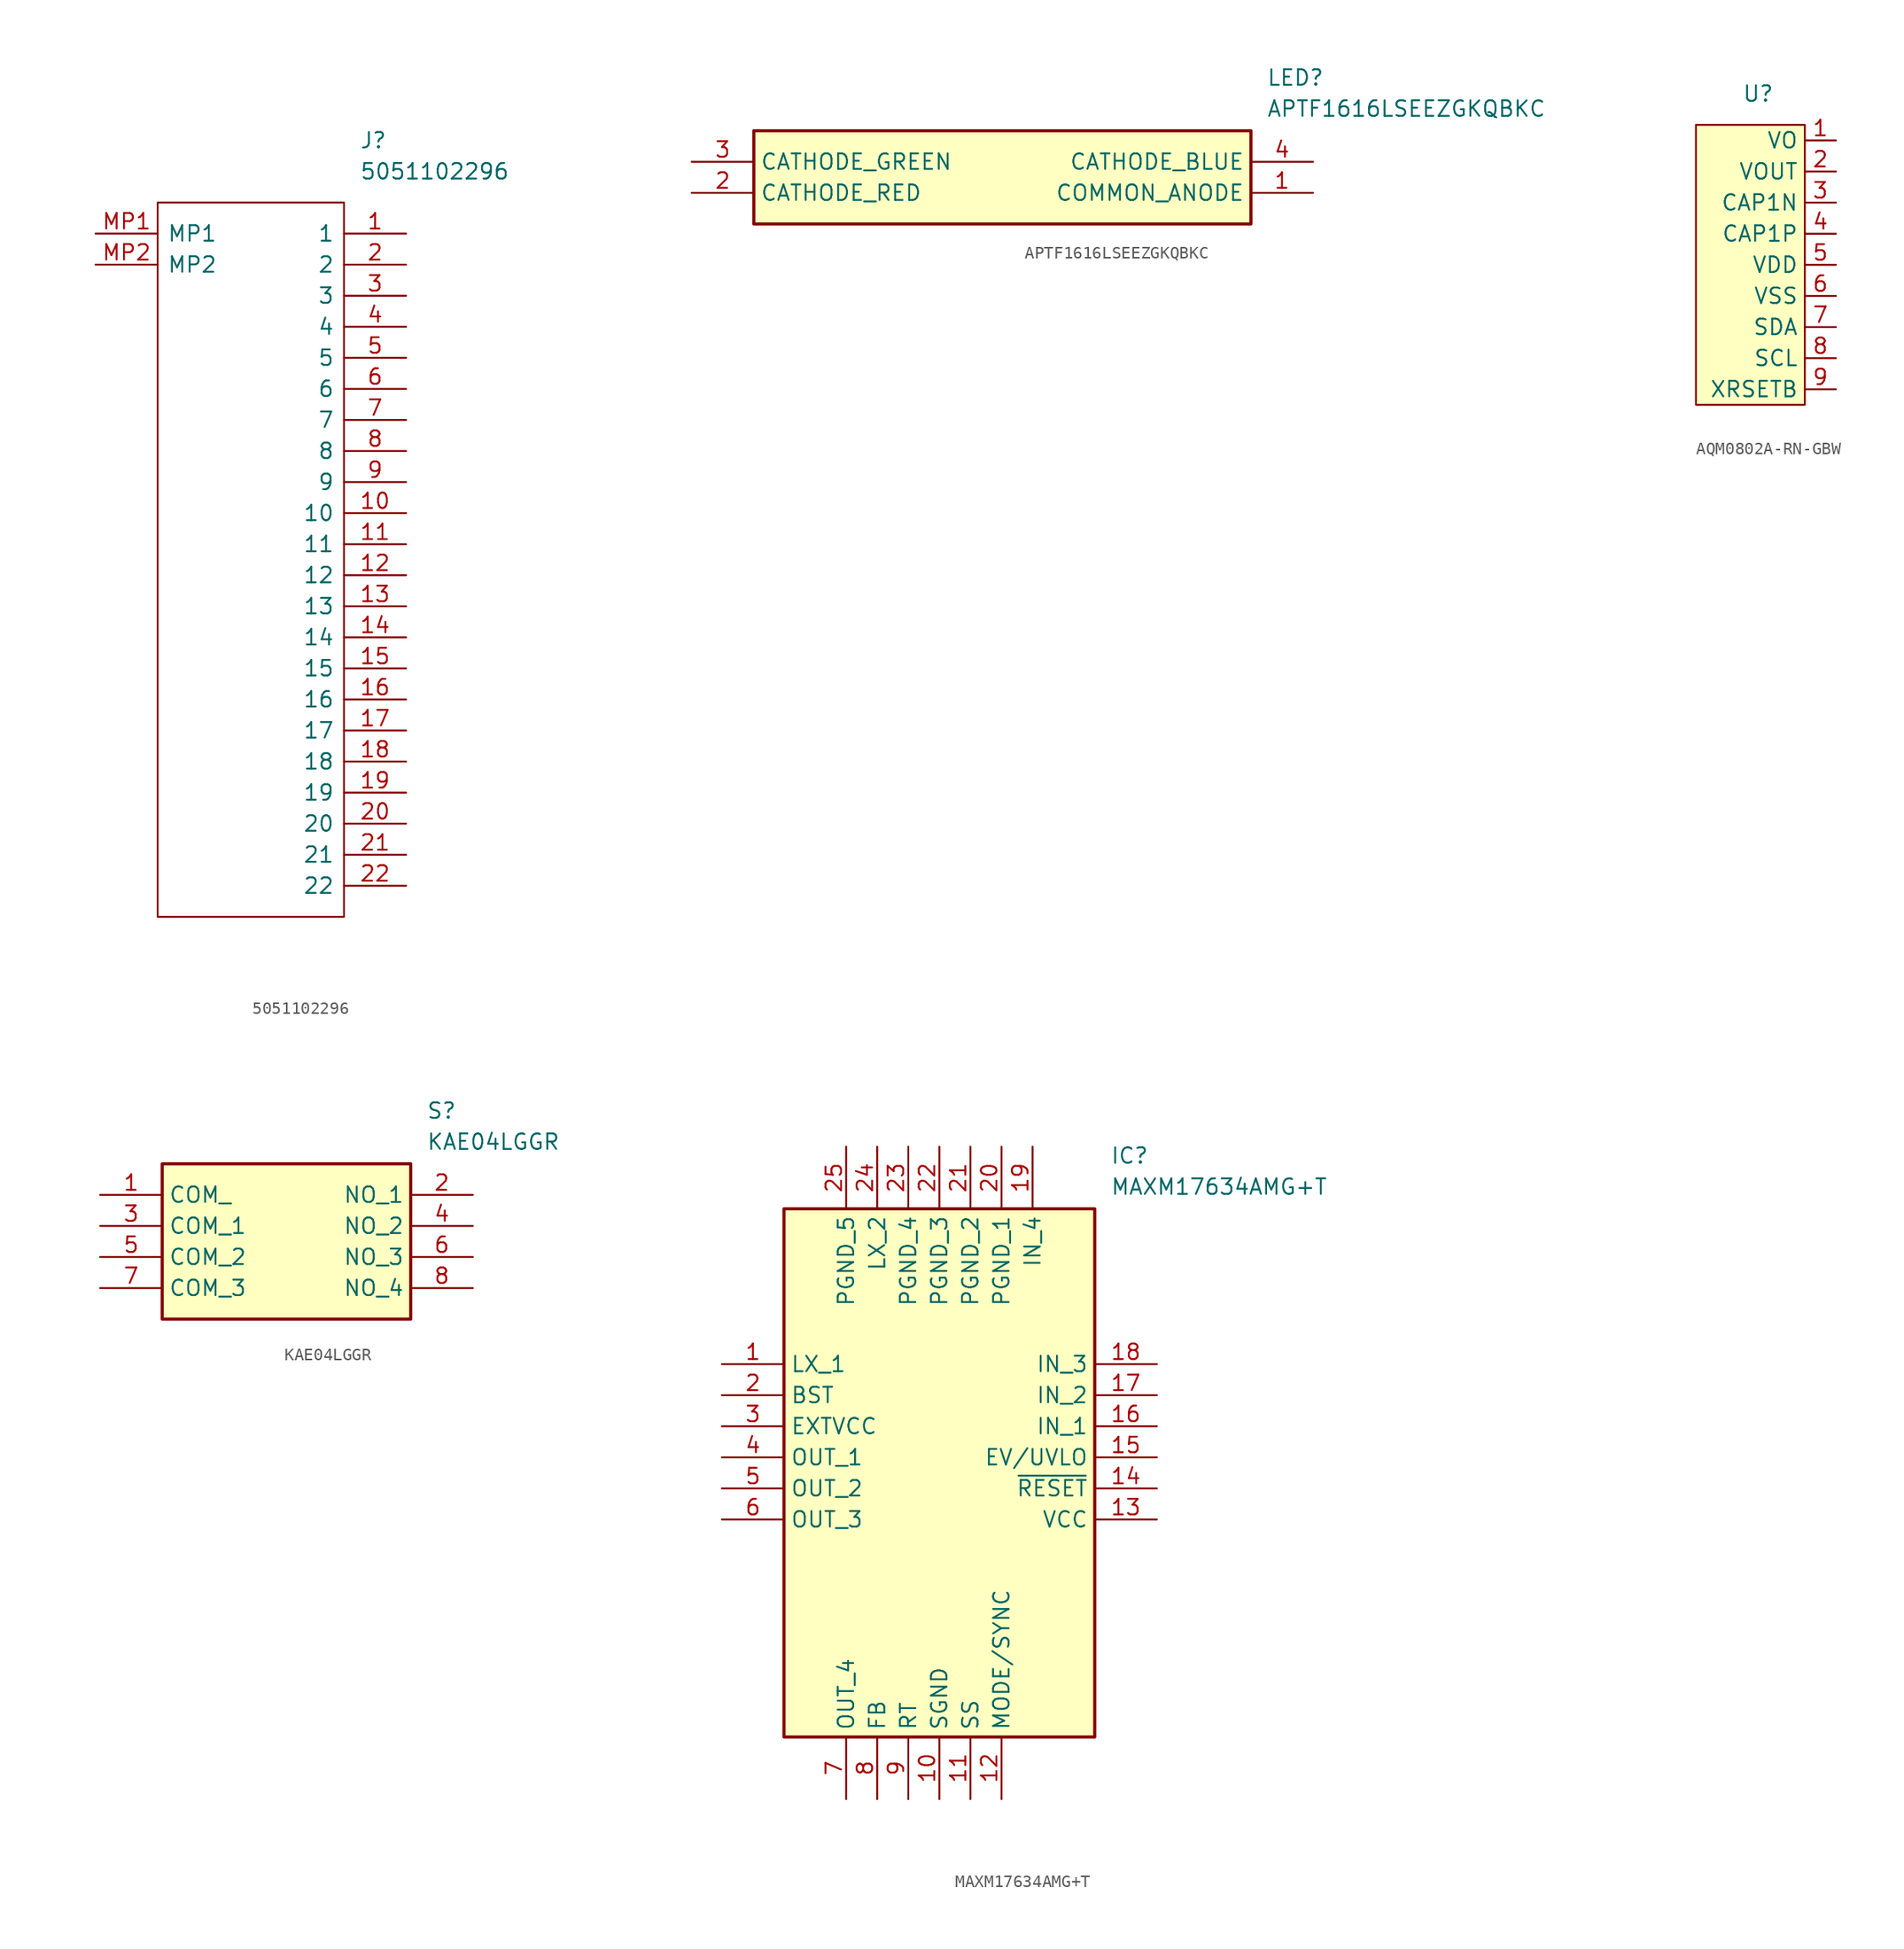
<source format=kicad_sym>
(kicad_symbol_lib
  (version 20220914)
  (generator kicad_symbol_editor)
  (symbol "5051102296"
    (pin_names
      (offset 0.762))
    (property "Reference" "J"
      (at 21.59 7.62 0)
      (effects (font (size 1.27 1.27)) (justify left)))
    (property "Value" "5051102296"
      (at 21.59 5.08 0)
      (effects (font (size 1.27 1.27)) (justify left)))
    (symbol "5051102296_0_0"
      (pin passive line (at 25.4 0 180) (length 5.08) (name "1" (effects (font (size 1.27 1.27)))) (number "1" (effects (font (size 1.27 1.27)))))
      (pin passive line (at 25.4 -22.86 180) (length 5.08) (name "10" (effects (font (size 1.27 1.27)))) (number "10" (effects (font (size 1.27 1.27)))))
      (pin passive line (at 25.4 -25.4 180) (length 5.08) (name "11" (effects (font (size 1.27 1.27)))) (number "11" (effects (font (size 1.27 1.27)))))
      (pin passive line (at 25.4 -27.94 180) (length 5.08) (name "12" (effects (font (size 1.27 1.27)))) (number "12" (effects (font (size 1.27 1.27)))))
      (pin passive line (at 25.4 -30.48 180) (length 5.08) (name "13" (effects (font (size 1.27 1.27)))) (number "13" (effects (font (size 1.27 1.27)))))
      (pin passive line (at 25.4 -33.02 180) (length 5.08) (name "14" (effects (font (size 1.27 1.27)))) (number "14" (effects (font (size 1.27 1.27)))))
      (pin passive line (at 25.4 -35.56 180) (length 5.08) (name "15" (effects (font (size 1.27 1.27)))) (number "15" (effects (font (size 1.27 1.27)))))
      (pin passive line (at 25.4 -38.1 180) (length 5.08) (name "16" (effects (font (size 1.27 1.27)))) (number "16" (effects (font (size 1.27 1.27)))))
      (pin passive line (at 25.4 -40.64 180) (length 5.08) (name "17" (effects (font (size 1.27 1.27)))) (number "17" (effects (font (size 1.27 1.27)))))
      (pin passive line (at 25.4 -43.18 180) (length 5.08) (name "18" (effects (font (size 1.27 1.27)))) (number "18" (effects (font (size 1.27 1.27)))))
      (pin passive line (at 25.4 -45.72 180) (length 5.08) (name "19" (effects (font (size 1.27 1.27)))) (number "19" (effects (font (size 1.27 1.27)))))
      (pin passive line (at 25.4 -2.54 180) (length 5.08) (name "2" (effects (font (size 1.27 1.27)))) (number "2" (effects (font (size 1.27 1.27)))))
      (pin passive line (at 25.4 -48.26 180) (length 5.08) (name "20" (effects (font (size 1.27 1.27)))) (number "20" (effects (font (size 1.27 1.27)))))
      (pin passive line (at 25.4 -50.8 180) (length 5.08) (name "21" (effects (font (size 1.27 1.27)))) (number "21" (effects (font (size 1.27 1.27)))))
      (pin passive line (at 25.4 -53.34 180) (length 5.08) (name "22" (effects (font (size 1.27 1.27)))) (number "22" (effects (font (size 1.27 1.27)))))
      (pin passive line (at 25.4 -5.08 180) (length 5.08) (name "3" (effects (font (size 1.27 1.27)))) (number "3" (effects (font (size 1.27 1.27)))))
      (pin passive line (at 25.4 -7.62 180) (length 5.08) (name "4" (effects (font (size 1.27 1.27)))) (number "4" (effects (font (size 1.27 1.27)))))
      (pin passive line (at 25.4 -10.16 180) (length 5.08) (name "5" (effects (font (size 1.27 1.27)))) (number "5" (effects (font (size 1.27 1.27)))))
      (pin passive line (at 25.4 -12.7 180) (length 5.08) (name "6" (effects (font (size 1.27 1.27)))) (number "6" (effects (font (size 1.27 1.27)))))
      (pin passive line (at 25.4 -15.24 180) (length 5.08) (name "7" (effects (font (size 1.27 1.27)))) (number "7" (effects (font (size 1.27 1.27)))))
      (pin passive line (at 25.4 -17.78 180) (length 5.08) (name "8" (effects (font (size 1.27 1.27)))) (number "8" (effects (font (size 1.27 1.27)))))
      (pin passive line (at 25.4 -20.32 180) (length 5.08) (name "9" (effects (font (size 1.27 1.27)))) (number "9" (effects (font (size 1.27 1.27)))))
      (pin passive line (at 0 0 0) (length 5.08) (name "MP1" (effects (font (size 1.27 1.27)))) (number "MP1" (effects (font (size 1.27 1.27)))))
      (pin passive line (at 0 -2.54 0) (length 5.08) (name "MP2" (effects (font (size 1.27 1.27)))) (number "MP2" (effects (font (size 1.27 1.27))))))
    (symbol "5051102296_0_1"
      (polyline (pts (xy 5.08 2.54) (xy 20.32 2.54) (xy 20.32 -55.88) (xy 5.08 -55.88) (xy 5.08 2.54)) (stroke (width 0.152) (type solid)) (fill (type none)))))
  (symbol "APTF1616LSEEZGKQBKC"
    (property "Reference" "LED"
      (at 46.99 7.62 0)
      (effects (font (size 1.27 1.27)) (justify left top)))
    (property "Value" "APTF1616LSEEZGKQBKC"
      (at 46.99 5.08 0)
      (effects (font (size 1.27 1.27)) (justify left top)))
    (symbol "APTF1616LSEEZGKQBKC_1_1"
      (rectangle (start 5.08 2.54) (end 45.72 -5.08) (stroke (width 0.254) (type default)) (fill (type background)))
      (pin passive line (at 50.8 -2.54 180) (length 5.08) (name "COMMON_ANODE" (effects (font (size 1.27 1.27)))) (number "1" (effects (font (size 1.27 1.27)))))
      (pin passive line (at 0 -2.54 0) (length 5.08) (name "CATHODE_RED" (effects (font (size 1.27 1.27)))) (number "2" (effects (font (size 1.27 1.27)))))
      (pin passive line (at 0 0 0) (length 5.08) (name "CATHODE_GREEN" (effects (font (size 1.27 1.27)))) (number "3" (effects (font (size 1.27 1.27)))))
      (pin passive line (at 50.8 0 180) (length 5.08) (name "CATHODE_BLUE" (effects (font (size 1.27 1.27)))) (number "4" (effects (font (size 1.27 1.27)))))))
  (symbol "AQM0802A-RN-GBW"
    (property "Reference" "U"
      (at 0 0 0)
      (effects (font (size 1.27 1.27))))
    (property "Value" ""
      (at 0 0 0)
      (effects (font (size 1.27 1.27))))
    (symbol "AQM0802A-RN-GBW_1_1"
      (rectangle (start -5.08 -2.54) (end 3.81 -25.4) (stroke (width 0) (type default)) (fill (type background)))
      (pin input line (at 6.35 -3.81 180) (length 2.54) (name "VO" (effects (font (size 1.27 1.27)))) (number "1" (effects (font (size 1.27 1.27)))))
      (pin input line (at 6.35 -6.35 180) (length 2.54) (name "VOUT" (effects (font (size 1.27 1.27)))) (number "2" (effects (font (size 1.27 1.27)))))
      (pin input line (at 6.35 -8.89 180) (length 2.54) (name "CAP1N" (effects (font (size 1.27 1.27)))) (number "3" (effects (font (size 1.27 1.27)))))
      (pin input line (at 6.35 -11.43 180) (length 2.54) (name "CAP1P" (effects (font (size 1.27 1.27)))) (number "4" (effects (font (size 1.27 1.27)))))
      (pin input line (at 6.35 -13.97 180) (length 2.54) (name "VDD" (effects (font (size 1.27 1.27)))) (number "5" (effects (font (size 1.27 1.27)))))
      (pin input line (at 6.35 -16.51 180) (length 2.54) (name "VSS" (effects (font (size 1.27 1.27)))) (number "6" (effects (font (size 1.27 1.27)))))
      (pin input line (at 6.35 -19.05 180) (length 2.54) (name "SDA" (effects (font (size 1.27 1.27)))) (number "7" (effects (font (size 1.27 1.27)))))
      (pin input line (at 6.35 -21.59 180) (length 2.54) (name "SCL" (effects (font (size 1.27 1.27)))) (number "8" (effects (font (size 1.27 1.27)))))
      (pin input line (at 6.35 -24.13 180) (length 2.54) (name "XRSETB" (effects (font (size 1.27 1.27)))) (number "9" (effects (font (size 1.27 1.27)))))))
  (symbol "KAE04LGGR"
    (property "Reference" "S"
      (at 26.67 7.62 0)
      (effects (font (size 1.27 1.27)) (justify left top)))
    (property "Value" "KAE04LGGR"
      (at 26.67 5.08 0)
      (effects (font (size 1.27 1.27)) (justify left top)))
    (symbol "KAE04LGGR_1_1"
      (rectangle (start 5.08 2.54) (end 25.4 -10.16) (stroke (width 0.254) (type default)) (fill (type background)))
      (pin passive line (at 0 0 0) (length 5.08) (name "COM_" (effects (font (size 1.27 1.27)))) (number "1" (effects (font (size 1.27 1.27)))))
      (pin passive line (at 30.48 0 180) (length 5.08) (name "NO_1" (effects (font (size 1.27 1.27)))) (number "2" (effects (font (size 1.27 1.27)))))
      (pin passive line (at 0 -2.54 0) (length 5.08) (name "COM_1" (effects (font (size 1.27 1.27)))) (number "3" (effects (font (size 1.27 1.27)))))
      (pin passive line (at 30.48 -2.54 180) (length 5.08) (name "NO_2" (effects (font (size 1.27 1.27)))) (number "4" (effects (font (size 1.27 1.27)))))
      (pin passive line (at 0 -5.08 0) (length 5.08) (name "COM_2" (effects (font (size 1.27 1.27)))) (number "5" (effects (font (size 1.27 1.27)))))
      (pin passive line (at 30.48 -5.08 180) (length 5.08) (name "NO_3" (effects (font (size 1.27 1.27)))) (number "6" (effects (font (size 1.27 1.27)))))
      (pin passive line (at 0 -7.62 0) (length 5.08) (name "COM_3" (effects (font (size 1.27 1.27)))) (number "7" (effects (font (size 1.27 1.27)))))
      (pin passive line (at 30.48 -7.62 180) (length 5.08) (name "NO_4" (effects (font (size 1.27 1.27)))) (number "8" (effects (font (size 1.27 1.27)))))))
  (symbol "MAXM17634AMG+T"
    (property "Reference" "IC"
      (at 31.75 17.78 0)
      (effects (font (size 1.27 1.27)) (justify left top)))
    (property "Value" "MAXM17634AMG+T"
      (at 31.75 15.24 0)
      (effects (font (size 1.27 1.27)) (justify left top)))
    (symbol "MAXM17634AMG+T_1_1"
      (rectangle (start 5.08 12.7) (end 30.48 -30.48) (stroke (width 0.254) (type default)) (fill (type background)))
      (pin passive line (at 0 0 0) (length 5.08) (name "LX_1" (effects (font (size 1.27 1.27)))) (number "1" (effects (font (size 1.27 1.27)))))
      (pin passive line (at 17.78 -35.56 90) (length 5.08) (name "SGND" (effects (font (size 1.27 1.27)))) (number "10" (effects (font (size 1.27 1.27)))))
      (pin passive line (at 20.32 -35.56 90) (length 5.08) (name "SS" (effects (font (size 1.27 1.27)))) (number "11" (effects (font (size 1.27 1.27)))))
      (pin passive line (at 22.86 -35.56 90) (length 5.08) (name "MODE/SYNC" (effects (font (size 1.27 1.27)))) (number "12" (effects (font (size 1.27 1.27)))))
      (pin passive line (at 35.56 -12.7 180) (length 5.08) (name "VCC" (effects (font (size 1.27 1.27)))) (number "13" (effects (font (size 1.27 1.27)))))
      (pin passive line (at 35.56 -10.16 180) (length 5.08) (name "~{RESET}" (effects (font (size 1.27 1.27)))) (number "14" (effects (font (size 1.27 1.27)))))
      (pin passive line (at 35.56 -7.62 180) (length 5.08) (name "EV/UVLO" (effects (font (size 1.27 1.27)))) (number "15" (effects (font (size 1.27 1.27)))))
      (pin passive line (at 35.56 -5.08 180) (length 5.08) (name "IN_1" (effects (font (size 1.27 1.27)))) (number "16" (effects (font (size 1.27 1.27)))))
      (pin passive line (at 35.56 -2.54 180) (length 5.08) (name "IN_2" (effects (font (size 1.27 1.27)))) (number "17" (effects (font (size 1.27 1.27)))))
      (pin passive line (at 35.56 0 180) (length 5.08) (name "IN_3" (effects (font (size 1.27 1.27)))) (number "18" (effects (font (size 1.27 1.27)))))
      (pin passive line (at 25.4 17.78 270) (length 5.08) (name "IN_4" (effects (font (size 1.27 1.27)))) (number "19" (effects (font (size 1.27 1.27)))))
      (pin passive line (at 0 -2.54 0) (length 5.08) (name "BST" (effects (font (size 1.27 1.27)))) (number "2" (effects (font (size 1.27 1.27)))))
      (pin passive line (at 22.86 17.78 270) (length 5.08) (name "PGND_1" (effects (font (size 1.27 1.27)))) (number "20" (effects (font (size 1.27 1.27)))))
      (pin passive line (at 20.32 17.78 270) (length 5.08) (name "PGND_2" (effects (font (size 1.27 1.27)))) (number "21" (effects (font (size 1.27 1.27)))))
      (pin passive line (at 17.78 17.78 270) (length 5.08) (name "PGND_3" (effects (font (size 1.27 1.27)))) (number "22" (effects (font (size 1.27 1.27)))))
      (pin passive line (at 15.24 17.78 270) (length 5.08) (name "PGND_4" (effects (font (size 1.27 1.27)))) (number "23" (effects (font (size 1.27 1.27)))))
      (pin passive line (at 12.7 17.78 270) (length 5.08) (name "LX_2" (effects (font (size 1.27 1.27)))) (number "24" (effects (font (size 1.27 1.27)))))
      (pin passive line (at 10.16 17.78 270) (length 5.08) (name "PGND_5" (effects (font (size 1.27 1.27)))) (number "25" (effects (font (size 1.27 1.27)))))
      (pin passive line (at 0 -5.08 0) (length 5.08) (name "EXTVCC" (effects (font (size 1.27 1.27)))) (number "3" (effects (font (size 1.27 1.27)))))
      (pin passive line (at 0 -7.62 0) (length 5.08) (name "OUT_1" (effects (font (size 1.27 1.27)))) (number "4" (effects (font (size 1.27 1.27)))))
      (pin passive line (at 0 -10.16 0) (length 5.08) (name "OUT_2" (effects (font (size 1.27 1.27)))) (number "5" (effects (font (size 1.27 1.27)))))
      (pin passive line (at 0 -12.7 0) (length 5.08) (name "OUT_3" (effects (font (size 1.27 1.27)))) (number "6" (effects (font (size 1.27 1.27)))))
      (pin passive line (at 10.16 -35.56 90) (length 5.08) (name "OUT_4" (effects (font (size 1.27 1.27)))) (number "7" (effects (font (size 1.27 1.27)))))
      (pin passive line (at 12.7 -35.56 90) (length 5.08) (name "FB" (effects (font (size 1.27 1.27)))) (number "8" (effects (font (size 1.27 1.27)))))
      (pin passive line (at 15.24 -35.56 90) (length 5.08) (name "RT" (effects (font (size 1.27 1.27)))) (number "9" (effects (font (size 1.27 1.27))))))))
</source>
